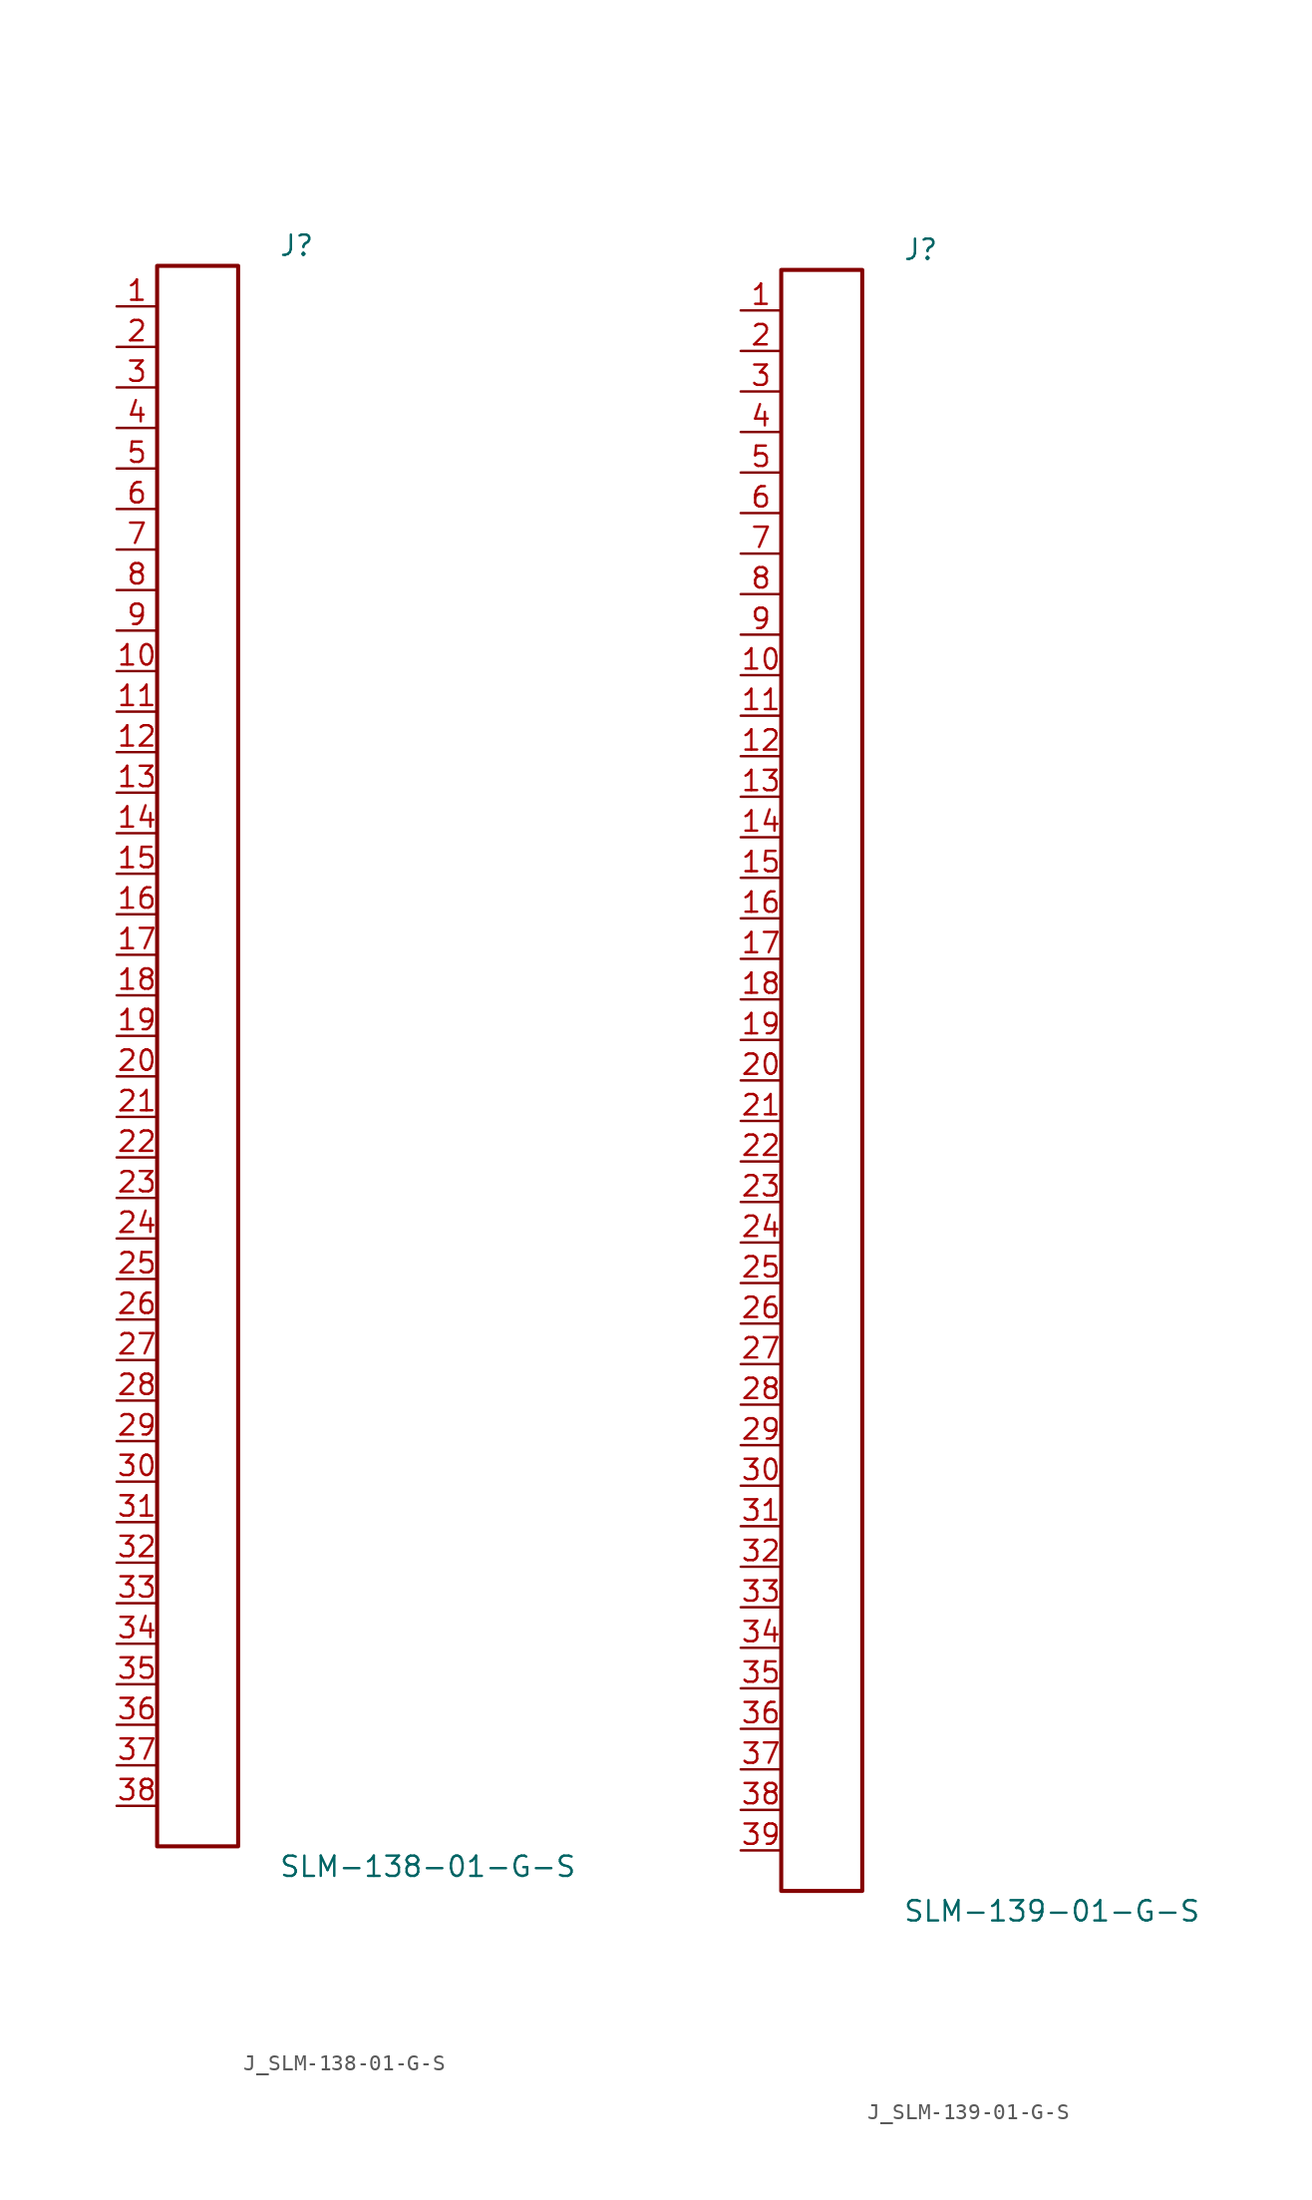
<source format=kicad_sym>
(kicad_symbol_lib
  (version 20231120)
  (generator kicad_symbol_editor)
  (generator_version 8.0)
  (symbol "J_SLM-138-01-G-S"
    (pin_names
      (offset 0.254))
    (property "Reference" "J"
      (at 5.08 50.8 0)
      (effects (font (size 1.27 1.27)) (justify left)))
    (property "Value" "SLM-138-01-G-S"
      (at 5.08 -50.8 0)
      (effects (font (size 1.27 1.27)) (justify left)))
    (symbol "J_SLM-138-01-G-S_0_0"
      (pin passive line (at -5.08 46.99 0) (length 2.54) (name "" (effects (font (size 1.27 1.27)))) (number "1" (effects (font (size 1.27 1.27)))))
      (pin passive line (at -5.08 44.45 0) (length 2.54) (name "" (effects (font (size 1.27 1.27)))) (number "2" (effects (font (size 1.27 1.27)))))
      (pin passive line (at -5.08 41.91 0) (length 2.54) (name "" (effects (font (size 1.27 1.27)))) (number "3" (effects (font (size 1.27 1.27)))))
      (pin passive line (at -5.08 39.37 0) (length 2.54) (name "" (effects (font (size 1.27 1.27)))) (number "4" (effects (font (size 1.27 1.27)))))
      (pin passive line (at -5.08 36.83 0) (length 2.54) (name "" (effects (font (size 1.27 1.27)))) (number "5" (effects (font (size 1.27 1.27)))))
      (pin passive line (at -5.08 34.29 0) (length 2.54) (name "" (effects (font (size 1.27 1.27)))) (number "6" (effects (font (size 1.27 1.27)))))
      (pin passive line (at -5.08 31.75 0) (length 2.54) (name "" (effects (font (size 1.27 1.27)))) (number "7" (effects (font (size 1.27 1.27)))))
      (pin passive line (at -5.08 29.21 0) (length 2.54) (name "" (effects (font (size 1.27 1.27)))) (number "8" (effects (font (size 1.27 1.27)))))
      (pin passive line (at -5.08 26.67 0) (length 2.54) (name "" (effects (font (size 1.27 1.27)))) (number "9" (effects (font (size 1.27 1.27)))))
      (pin passive line (at -5.08 24.13 0) (length 2.54) (name "" (effects (font (size 1.27 1.27)))) (number "10" (effects (font (size 1.27 1.27)))))
      (pin passive line (at -5.08 21.59 0) (length 2.54) (name "" (effects (font (size 1.27 1.27)))) (number "11" (effects (font (size 1.27 1.27)))))
      (pin passive line (at -5.08 19.05 0) (length 2.54) (name "" (effects (font (size 1.27 1.27)))) (number "12" (effects (font (size 1.27 1.27)))))
      (pin passive line (at -5.08 16.51 0) (length 2.54) (name "" (effects (font (size 1.27 1.27)))) (number "13" (effects (font (size 1.27 1.27)))))
      (pin passive line (at -5.08 13.97 0) (length 2.54) (name "" (effects (font (size 1.27 1.27)))) (number "14" (effects (font (size 1.27 1.27)))))
      (pin passive line (at -5.08 11.43 0) (length 2.54) (name "" (effects (font (size 1.27 1.27)))) (number "15" (effects (font (size 1.27 1.27)))))
      (pin passive line (at -5.08 8.89 0) (length 2.54) (name "" (effects (font (size 1.27 1.27)))) (number "16" (effects (font (size 1.27 1.27)))))
      (pin passive line (at -5.08 6.35 0) (length 2.54) (name "" (effects (font (size 1.27 1.27)))) (number "17" (effects (font (size 1.27 1.27)))))
      (pin passive line (at -5.08 3.81 0) (length 2.54) (name "" (effects (font (size 1.27 1.27)))) (number "18" (effects (font (size 1.27 1.27)))))
      (pin passive line (at -5.08 1.27 0) (length 2.54) (name "" (effects (font (size 1.27 1.27)))) (number "19" (effects (font (size 1.27 1.27)))))
      (pin passive line (at -5.08 -1.27 0) (length 2.54) (name "" (effects (font (size 1.27 1.27)))) (number "20" (effects (font (size 1.27 1.27)))))
      (pin passive line (at -5.08 -3.81 0) (length 2.54) (name "" (effects (font (size 1.27 1.27)))) (number "21" (effects (font (size 1.27 1.27)))))
      (pin passive line (at -5.08 -6.35 0) (length 2.54) (name "" (effects (font (size 1.27 1.27)))) (number "22" (effects (font (size 1.27 1.27)))))
      (pin passive line (at -5.08 -8.89 0) (length 2.54) (name "" (effects (font (size 1.27 1.27)))) (number "23" (effects (font (size 1.27 1.27)))))
      (pin passive line (at -5.08 -11.43 0) (length 2.54) (name "" (effects (font (size 1.27 1.27)))) (number "24" (effects (font (size 1.27 1.27)))))
      (pin passive line (at -5.08 -13.97 0) (length 2.54) (name "" (effects (font (size 1.27 1.27)))) (number "25" (effects (font (size 1.27 1.27)))))
      (pin passive line (at -5.08 -16.51 0) (length 2.54) (name "" (effects (font (size 1.27 1.27)))) (number "26" (effects (font (size 1.27 1.27)))))
      (pin passive line (at -5.08 -19.05 0) (length 2.54) (name "" (effects (font (size 1.27 1.27)))) (number "27" (effects (font (size 1.27 1.27)))))
      (pin passive line (at -5.08 -21.59 0) (length 2.54) (name "" (effects (font (size 1.27 1.27)))) (number "28" (effects (font (size 1.27 1.27)))))
      (pin passive line (at -5.08 -24.13 0) (length 2.54) (name "" (effects (font (size 1.27 1.27)))) (number "29" (effects (font (size 1.27 1.27)))))
      (pin passive line (at -5.08 -26.67 0) (length 2.54) (name "" (effects (font (size 1.27 1.27)))) (number "30" (effects (font (size 1.27 1.27)))))
      (pin passive line (at -5.08 -29.21 0) (length 2.54) (name "" (effects (font (size 1.27 1.27)))) (number "31" (effects (font (size 1.27 1.27)))))
      (pin passive line (at -5.08 -31.75 0) (length 2.54) (name "" (effects (font (size 1.27 1.27)))) (number "32" (effects (font (size 1.27 1.27)))))
      (pin passive line (at -5.08 -34.29 0) (length 2.54) (name "" (effects (font (size 1.27 1.27)))) (number "33" (effects (font (size 1.27 1.27)))))
      (pin passive line (at -5.08 -36.83 0) (length 2.54) (name "" (effects (font (size 1.27 1.27)))) (number "34" (effects (font (size 1.27 1.27)))))
      (pin passive line (at -5.08 -39.37 0) (length 2.54) (name "" (effects (font (size 1.27 1.27)))) (number "35" (effects (font (size 1.27 1.27)))))
      (pin passive line (at -5.08 -41.91 0) (length 2.54) (name "" (effects (font (size 1.27 1.27)))) (number "36" (effects (font (size 1.27 1.27)))))
      (pin passive line (at -5.08 -44.45 0) (length 2.54) (name "" (effects (font (size 1.27 1.27)))) (number "37" (effects (font (size 1.27 1.27)))))
      (pin passive line (at -5.08 -46.99 0) (length 2.54) (name "" (effects (font (size 1.27 1.27)))) (number "38" (effects (font (size 1.27 1.27))))))
    (symbol "J_SLM-138-01-G-S_1_0"
      (rectangle (start -2.54 49.53) (end 2.54 -49.53) (stroke (width 0.254) (type solid)) (fill (type none)))))
  (symbol "J_SLM-139-01-G-S"
    (pin_names
      (offset 0.254))
    (property "Reference" "J"
      (at 5.08 52.07 0)
      (effects (font (size 1.27 1.27)) (justify left)))
    (property "Value" "SLM-139-01-G-S"
      (at 5.08 -52.07 0)
      (effects (font (size 1.27 1.27)) (justify left)))
    (symbol "J_SLM-139-01-G-S_0_0"
      (pin passive line (at -5.08 48.26 0) (length 2.54) (name "" (effects (font (size 1.27 1.27)))) (number "1" (effects (font (size 1.27 1.27)))))
      (pin passive line (at -5.08 45.72 0) (length 2.54) (name "" (effects (font (size 1.27 1.27)))) (number "2" (effects (font (size 1.27 1.27)))))
      (pin passive line (at -5.08 43.18 0) (length 2.54) (name "" (effects (font (size 1.27 1.27)))) (number "3" (effects (font (size 1.27 1.27)))))
      (pin passive line (at -5.08 40.64 0) (length 2.54) (name "" (effects (font (size 1.27 1.27)))) (number "4" (effects (font (size 1.27 1.27)))))
      (pin passive line (at -5.08 38.1 0) (length 2.54) (name "" (effects (font (size 1.27 1.27)))) (number "5" (effects (font (size 1.27 1.27)))))
      (pin passive line (at -5.08 35.56 0) (length 2.54) (name "" (effects (font (size 1.27 1.27)))) (number "6" (effects (font (size 1.27 1.27)))))
      (pin passive line (at -5.08 33.02 0) (length 2.54) (name "" (effects (font (size 1.27 1.27)))) (number "7" (effects (font (size 1.27 1.27)))))
      (pin passive line (at -5.08 30.48 0) (length 2.54) (name "" (effects (font (size 1.27 1.27)))) (number "8" (effects (font (size 1.27 1.27)))))
      (pin passive line (at -5.08 27.94 0) (length 2.54) (name "" (effects (font (size 1.27 1.27)))) (number "9" (effects (font (size 1.27 1.27)))))
      (pin passive line (at -5.08 25.4 0) (length 2.54) (name "" (effects (font (size 1.27 1.27)))) (number "10" (effects (font (size 1.27 1.27)))))
      (pin passive line (at -5.08 22.86 0) (length 2.54) (name "" (effects (font (size 1.27 1.27)))) (number "11" (effects (font (size 1.27 1.27)))))
      (pin passive line (at -5.08 20.32 0) (length 2.54) (name "" (effects (font (size 1.27 1.27)))) (number "12" (effects (font (size 1.27 1.27)))))
      (pin passive line (at -5.08 17.78 0) (length 2.54) (name "" (effects (font (size 1.27 1.27)))) (number "13" (effects (font (size 1.27 1.27)))))
      (pin passive line (at -5.08 15.24 0) (length 2.54) (name "" (effects (font (size 1.27 1.27)))) (number "14" (effects (font (size 1.27 1.27)))))
      (pin passive line (at -5.08 12.7 0) (length 2.54) (name "" (effects (font (size 1.27 1.27)))) (number "15" (effects (font (size 1.27 1.27)))))
      (pin passive line (at -5.08 10.16 0) (length 2.54) (name "" (effects (font (size 1.27 1.27)))) (number "16" (effects (font (size 1.27 1.27)))))
      (pin passive line (at -5.08 7.62 0) (length 2.54) (name "" (effects (font (size 1.27 1.27)))) (number "17" (effects (font (size 1.27 1.27)))))
      (pin passive line (at -5.08 5.08 0) (length 2.54) (name "" (effects (font (size 1.27 1.27)))) (number "18" (effects (font (size 1.27 1.27)))))
      (pin passive line (at -5.08 2.54 0) (length 2.54) (name "" (effects (font (size 1.27 1.27)))) (number "19" (effects (font (size 1.27 1.27)))))
      (pin passive line (at -5.08 0.0 0) (length 2.54) (name "" (effects (font (size 1.27 1.27)))) (number "20" (effects (font (size 1.27 1.27)))))
      (pin passive line (at -5.08 -2.54 0) (length 2.54) (name "" (effects (font (size 1.27 1.27)))) (number "21" (effects (font (size 1.27 1.27)))))
      (pin passive line (at -5.08 -5.08 0) (length 2.54) (name "" (effects (font (size 1.27 1.27)))) (number "22" (effects (font (size 1.27 1.27)))))
      (pin passive line (at -5.08 -7.62 0) (length 2.54) (name "" (effects (font (size 1.27 1.27)))) (number "23" (effects (font (size 1.27 1.27)))))
      (pin passive line (at -5.08 -10.16 0) (length 2.54) (name "" (effects (font (size 1.27 1.27)))) (number "24" (effects (font (size 1.27 1.27)))))
      (pin passive line (at -5.08 -12.7 0) (length 2.54) (name "" (effects (font (size 1.27 1.27)))) (number "25" (effects (font (size 1.27 1.27)))))
      (pin passive line (at -5.08 -15.24 0) (length 2.54) (name "" (effects (font (size 1.27 1.27)))) (number "26" (effects (font (size 1.27 1.27)))))
      (pin passive line (at -5.08 -17.78 0) (length 2.54) (name "" (effects (font (size 1.27 1.27)))) (number "27" (effects (font (size 1.27 1.27)))))
      (pin passive line (at -5.08 -20.32 0) (length 2.54) (name "" (effects (font (size 1.27 1.27)))) (number "28" (effects (font (size 1.27 1.27)))))
      (pin passive line (at -5.08 -22.86 0) (length 2.54) (name "" (effects (font (size 1.27 1.27)))) (number "29" (effects (font (size 1.27 1.27)))))
      (pin passive line (at -5.08 -25.4 0) (length 2.54) (name "" (effects (font (size 1.27 1.27)))) (number "30" (effects (font (size 1.27 1.27)))))
      (pin passive line (at -5.08 -27.94 0) (length 2.54) (name "" (effects (font (size 1.27 1.27)))) (number "31" (effects (font (size 1.27 1.27)))))
      (pin passive line (at -5.08 -30.48 0) (length 2.54) (name "" (effects (font (size 1.27 1.27)))) (number "32" (effects (font (size 1.27 1.27)))))
      (pin passive line (at -5.08 -33.02 0) (length 2.54) (name "" (effects (font (size 1.27 1.27)))) (number "33" (effects (font (size 1.27 1.27)))))
      (pin passive line (at -5.08 -35.56 0) (length 2.54) (name "" (effects (font (size 1.27 1.27)))) (number "34" (effects (font (size 1.27 1.27)))))
      (pin passive line (at -5.08 -38.1 0) (length 2.54) (name "" (effects (font (size 1.27 1.27)))) (number "35" (effects (font (size 1.27 1.27)))))
      (pin passive line (at -5.08 -40.64 0) (length 2.54) (name "" (effects (font (size 1.27 1.27)))) (number "36" (effects (font (size 1.27 1.27)))))
      (pin passive line (at -5.08 -43.18 0) (length 2.54) (name "" (effects (font (size 1.27 1.27)))) (number "37" (effects (font (size 1.27 1.27)))))
      (pin passive line (at -5.08 -45.72 0) (length 2.54) (name "" (effects (font (size 1.27 1.27)))) (number "38" (effects (font (size 1.27 1.27)))))
      (pin passive line (at -5.08 -48.26 0) (length 2.54) (name "" (effects (font (size 1.27 1.27)))) (number "39" (effects (font (size 1.27 1.27))))))
    (symbol "J_SLM-139-01-G-S_1_0"
      (rectangle (start -2.54 50.8) (end 2.54 -50.8) (stroke (width 0.254) (type solid)) (fill (type none))))))
</source>
